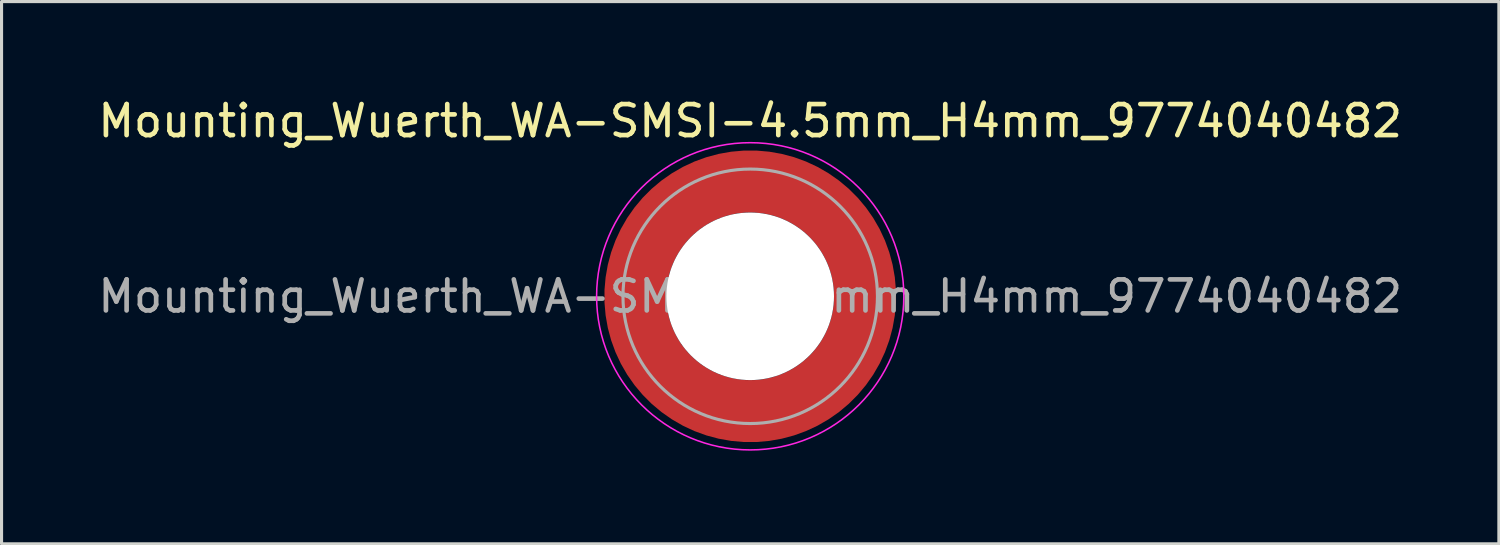
<source format=kicad_pcb>
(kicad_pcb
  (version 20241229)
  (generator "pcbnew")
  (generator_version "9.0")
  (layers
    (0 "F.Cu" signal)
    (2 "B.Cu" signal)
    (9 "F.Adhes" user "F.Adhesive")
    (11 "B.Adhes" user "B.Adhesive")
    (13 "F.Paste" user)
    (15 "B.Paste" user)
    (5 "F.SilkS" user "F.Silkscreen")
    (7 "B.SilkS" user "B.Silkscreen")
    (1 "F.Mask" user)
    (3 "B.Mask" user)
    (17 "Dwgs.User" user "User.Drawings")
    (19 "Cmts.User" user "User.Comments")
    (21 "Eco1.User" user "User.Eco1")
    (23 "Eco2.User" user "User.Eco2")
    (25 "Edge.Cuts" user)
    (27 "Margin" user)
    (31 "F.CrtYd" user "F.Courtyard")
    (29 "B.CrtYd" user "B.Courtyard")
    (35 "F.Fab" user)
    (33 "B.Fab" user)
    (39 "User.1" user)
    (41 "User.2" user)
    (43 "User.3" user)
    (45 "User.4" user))
  (footprint "Mounting_Wuerth_WA-SMSI-4.5mm_H4mm_9774040482"
    (layer "F.Cu")
    (at 21.125 6.498)
    (property "Reference" "Mounting_Wuerth_WA-SMSI-4.5mm_H4mm_9774040482" (at 0 -5.65 0) (layer "F.SilkS") (effects (font (size 1 1) (thickness 0.15))))
    (property "Mouser Part no." "" (at 0 0 0) (layer "F.Fab") (effects (font (size 1.27 1.27) (thickness 0.15))))
    (property "Mouser link" "" (at 0 0 0) (layer "F.Fab") (effects (font (size 1.27 1.27) (thickness 0.15))))
    (attr smd)
    (fp_circle (center 0 0) (end 4.95 0) (stroke (width 0.05) (type solid)) (fill no) (layer "F.CrtYd"))
    (fp_circle (center 0 0) (end 4.1 0) (stroke (width 0.1) (type solid)) (fill no) (layer "F.Fab"))
    (fp_text user "${REFERENCE}" (at 0 0 0) (layer "F.Fab") (effects (font (size 1 1) (thickness 0.15))))
    (pad "" smd custom (at -2.607 -2.607) (size 1.495 1.495) (layers "F.Paste") (options (anchor circle)) (primitives (gr_arc (start -0.188183 2.107456) (mid 0.598928 0.599619) (end 2.106494 -0.188011) (width 0.2)) (gr_arc (start -0.289416 2.107456) (mid 0.528508 0.529033) (end 2.106724 -0.28929) (width 0.2)) (gr_arc (start -0.390547 2.107456) (mid 0.457087 0.459449) (end 2.104161 -0.389996) (width 0.2)) (gr_arc (start -0.491585 2.107456) (mid 0.386415 0.389116) (end 2.103685 -0.490974) (width 0.2)) (gr_arc (start -0.59254 2.107456) (mid 0.31649 0.318035) (end 2.105297 -0.592202) (width 0.2)) (gr_arc (start -0.693419 2.107456) (mid 0.245252 0.248268) (end 2.103239 -0.692777) (width 0.2)) (gr_arc (start -0.794229 2.107456) (mid 0.174636 0.177878) (end 2.102921 -0.793559) (width 0.2)) (gr_arc (start -0.894975 2.107456) (mid 0.104643 0.106866) (end 2.104343 -0.894529) (width 0.2)) (gr_arc (start -0.995664 2.107456) (mid 0.033026 0.037479) (end 2.101219 -0.994793) (width 0.2)) (gr_arc (start -1.0963 2.107456) (mid -0.035789 -0.034714) (end 2.105949 -1.096096) (width 0.2)) (gr_arc (start -1.196886 2.107456) (mid -0.106351 -0.105157) (end 2.105783 -1.196666) (width 0.2)) (gr_arc (start -1.297427 2.107456) (mid -0.176416 -0.176097) (end 2.107009 -1.29737) (width 0.2)) (gr_arc (start -1.397927 2.107456) (mid -0.248476 -0.245042) (end 2.102638 -1.397323) (width 0.2)) (gr_arc (start -1.498388 2.107456) (mid -0.317612 -0.316913) (end 2.106475 -1.498268) (width 0.2)) (gr_arc (start -1.598813 2.107456) (mid -0.388865 -0.386665) (end 2.104366 -1.598444) (width 0.2)) (gr_arc (start -1.699204 2.107456) (mid -0.459747 -0.456787) (end 2.103299 -1.698719) (width 0.2)) (gr_arc (start -1.799565 2.107456) (mid -0.530257 -0.527283) (end 2.103277 -1.799089) (width 0.2)) (gr_arc (start -1.899896 2.107456) (mid -0.600396 -0.59815) (end 2.104299 -1.899545) (width 0.2)) (gr_arc (start -1.899896 2.107456) (mid -0.600396 -0.59815) (end 2.104299 -1.899545) (width 0.2)) (gr_line (start 2.107 -0.188) (end 2.107 -1.9) (width 0.2)) (gr_line (start -0.188 2.107) (end -1.9 2.107) (width 0.2))))
    (pad "" smd custom (at -2.607 2.607) (size 1.495 1.495) (layers "F.Paste") (options (anchor circle)) (primitives (gr_arc (start 2.107456 0.188183) (mid 0.599619 -0.598928) (end -0.188011 -2.106494) (width 0.2)) (gr_arc (start 2.107456 0.289416) (mid 0.529033 -0.528508) (end -0.28929 -2.106724) (width 0.2)) (gr_arc (start 2.107456 0.390547) (mid 0.459449 -0.457087) (end -0.389996 -2.104161) (width 0.2)) (gr_arc (start 2.107456 0.491585) (mid 0.389116 -0.386415) (end -0.490974 -2.103685) (width 0.2)) (gr_arc (start 2.107456 0.59254) (mid 0.318035 -0.31649) (end -0.592202 -2.105297) (width 0.2)) (gr_arc (start 2.107456 0.693419) (mid 0.248268 -0.245252) (end -0.692777 -2.103239) (width 0.2)) (gr_arc (start 2.107456 0.794229) (mid 0.177878 -0.174636) (end -0.793559 -2.102921) (width 0.2)) (gr_arc (start 2.107456 0.894975) (mid 0.106866 -0.104643) (end -0.894529 -2.104343) (width 0.2)) (gr_arc (start 2.107456 0.995664) (mid 0.037479 -0.033026) (end -0.994793 -2.101219) (width 0.2)) (gr_arc (start 2.107456 1.0963) (mid -0.034714 0.035789) (end -1.096096 -2.105949) (width 0.2)) (gr_arc (start 2.107456 1.196886) (mid -0.105157 0.106351) (end -1.196666 -2.105783) (width 0.2)) (gr_arc (start 2.107456 1.297427) (mid -0.176097 0.176416) (end -1.29737 -2.107009) (width 0.2)) (gr_arc (start 2.107456 1.397927) (mid -0.245042 0.248476) (end -1.397323 -2.102638) (width 0.2)) (gr_arc (start 2.107456 1.498388) (mid -0.316913 0.317612) (end -1.498268 -2.106475) (width 0.2)) (gr_arc (start 2.107456 1.598813) (mid -0.386665 0.388865) (end -1.598444 -2.104366) (width 0.2)) (gr_arc (start 2.107456 1.699204) (mid -0.456787 0.459747) (end -1.698719 -2.103299) (width 0.2)) (gr_arc (start 2.107456 1.799565) (mid -0.527283 0.530257) (end -1.799089 -2.103277) (width 0.2)) (gr_arc (start 2.107456 1.899896) (mid -0.59815 0.600396) (end -1.899545 -2.104299) (width 0.2)) (gr_arc (start 2.107456 1.899896) (mid -0.59815 0.600396) (end -1.899545 -2.104299) (width 0.2)) (gr_line (start -0.188 -2.107) (end -1.9 -2.107) (width 0.2)) (gr_line (start 2.107 0.188) (end 2.107 1.9) (width 0.2))))
    (pad "" np_thru_hole circle (at 0 0) (size 5.4 5.4) (drill 5.4) (layers "*.Cu" "*.Mask"))
    (pad "" smd custom (at 2.607 -2.607) (size 1.495 1.495) (layers "F.Paste") (options (anchor circle)) (primitives (gr_arc (start -2.107456 -0.188183) (mid -0.599619 0.598928) (end 0.188011 2.106494) (width 0.2)) (gr_arc (start -2.107456 -0.289416) (mid -0.529033 0.528508) (end 0.28929 2.106724) (width 0.2)) (gr_arc (start -2.107456 -0.390547) (mid -0.459449 0.457087) (end 0.389996 2.104161) (width 0.2)) (gr_arc (start -2.107456 -0.491585) (mid -0.389116 0.386415) (end 0.490974 2.103685) (width 0.2)) (gr_arc (start -2.107456 -0.59254) (mid -0.318035 0.31649) (end 0.592202 2.105297) (width 0.2)) (gr_arc (start -2.107456 -0.693419) (mid -0.248268 0.245252) (end 0.692777 2.103239) (width 0.2)) (gr_arc (start -2.107456 -0.794229) (mid -0.177878 0.174636) (end 0.793559 2.102921) (width 0.2)) (gr_arc (start -2.107456 -0.894975) (mid -0.106866 0.104643) (end 0.894529 2.104343) (width 0.2)) (gr_arc (start -2.107456 -0.995664) (mid -0.037479 0.033026) (end 0.994793 2.101219) (width 0.2)) (gr_arc (start -2.107456 -1.0963) (mid 0.034714 -0.035789) (end 1.096096 2.105949) (width 0.2)) (gr_arc (start -2.107456 -1.196886) (mid 0.105157 -0.106351) (end 1.196666 2.105783) (width 0.2)) (gr_arc (start -2.107456 -1.297427) (mid 0.176097 -0.176416) (end 1.29737 2.107009) (width 0.2)) (gr_arc (start -2.107456 -1.397927) (mid 0.245042 -0.248476) (end 1.397323 2.102638) (width 0.2)) (gr_arc (start -2.107456 -1.498388) (mid 0.316913 -0.317612) (end 1.498268 2.106475) (width 0.2)) (gr_arc (start -2.107456 -1.598813) (mid 0.386665 -0.388865) (end 1.598444 2.104366) (width 0.2)) (gr_arc (start -2.107456 -1.699204) (mid 0.456787 -0.459747) (end 1.698719 2.103299) (width 0.2)) (gr_arc (start -2.107456 -1.799565) (mid 0.527283 -0.530257) (end 1.799089 2.103277) (width 0.2)) (gr_arc (start -2.107456 -1.899896) (mid 0.59815 -0.600396) (end 1.899545 2.104299) (width 0.2)) (gr_arc (start -2.107456 -1.899896) (mid 0.59815 -0.600396) (end 1.899545 2.104299) (width 0.2)) (gr_line (start 0.188 2.107) (end 1.9 2.107) (width 0.2)) (gr_line (start -2.107 -0.188) (end -2.107 -1.9) (width 0.2))))
    (pad "" smd custom (at 2.607 2.607) (size 1.495 1.495) (layers "F.Paste") (options (anchor circle)) (primitives (gr_arc (start 0.188183 -2.107456) (mid -0.598928 -0.599619) (end -2.106494 0.188011) (width 0.2)) (gr_arc (start 0.289416 -2.107456) (mid -0.528508 -0.529033) (end -2.106724 0.28929) (width 0.2)) (gr_arc (start 0.390547 -2.107456) (mid -0.457087 -0.459449) (end -2.104161 0.389996) (width 0.2)) (gr_arc (start 0.491585 -2.107456) (mid -0.386415 -0.389116) (end -2.103685 0.490974) (width 0.2)) (gr_arc (start 0.59254 -2.107456) (mid -0.31649 -0.318035) (end -2.105297 0.592202) (width 0.2)) (gr_arc (start 0.693419 -2.107456) (mid -0.245252 -0.248268) (end -2.103239 0.692777) (width 0.2)) (gr_arc (start 0.794229 -2.107456) (mid -0.174636 -0.177878) (end -2.102921 0.793559) (width 0.2)) (gr_arc (start 0.894975 -2.107456) (mid -0.104643 -0.106866) (end -2.104343 0.894529) (width 0.2)) (gr_arc (start 0.995664 -2.107456) (mid -0.033026 -0.037479) (end -2.101219 0.994793) (width 0.2)) (gr_arc (start 1.0963 -2.107456) (mid 0.035789 0.034714) (end -2.105949 1.096096) (width 0.2)) (gr_arc (start 1.196886 -2.107456) (mid 0.106351 0.105157) (end -2.105783 1.196666) (width 0.2)) (gr_arc (start 1.297427 -2.107456) (mid 0.176416 0.176097) (end -2.107009 1.29737) (width 0.2)) (gr_arc (start 1.397927 -2.107456) (mid 0.248476 0.245042) (end -2.102638 1.397323) (width 0.2)) (gr_arc (start 1.498388 -2.107456) (mid 0.317612 0.316913) (end -2.106475 1.498268) (width 0.2)) (gr_arc (start 1.598813 -2.107456) (mid 0.388865 0.386665) (end -2.104366 1.598444) (width 0.2)) (gr_arc (start 1.699204 -2.107456) (mid 0.459747 0.456787) (end -2.103299 1.698719) (width 0.2)) (gr_arc (start 1.799565 -2.107456) (mid 0.530257 0.527283) (end -2.103277 1.799089) (width 0.2)) (gr_arc (start 1.899896 -2.107456) (mid 0.600396 0.59815) (end -2.104299 1.899545) (width 0.2)) (gr_arc (start 1.899896 -2.107456) (mid 0.600396 0.59815) (end -2.104299 1.899545) (width 0.2)) (gr_line (start -2.107 0.188) (end -2.107 1.9) (width 0.2)) (gr_line (start 0.188 -2.107) (end 1.9 -2.107) (width 0.2))))
    (pad "1" smd circle (at -3.7 0) (size 1.6 1.6) (layers "F.Cu"))
    (pad "1" smd circle (at 0 -3.7) (size 1.6 1.6) (layers "F.Cu"))
    (pad "1" smd circle (at 0 3.7) (size 1.6 1.6) (layers "F.Cu"))
    (pad "1" smd custom (at 3.7 0) (size 1.6 1.6) (layers "F.Cu" "F.Mask") (options (anchor circle)) (primitives (gr_circle (center -3.7 0) (end 0 0) (width 2) (fill no)))))
  (gr_rect
    (start -3 -3)
    (end 45.25 14.473)
    (stroke (width 0.1) (type default))
    (fill no)
    (layer "Edge.Cuts")))
</source>
